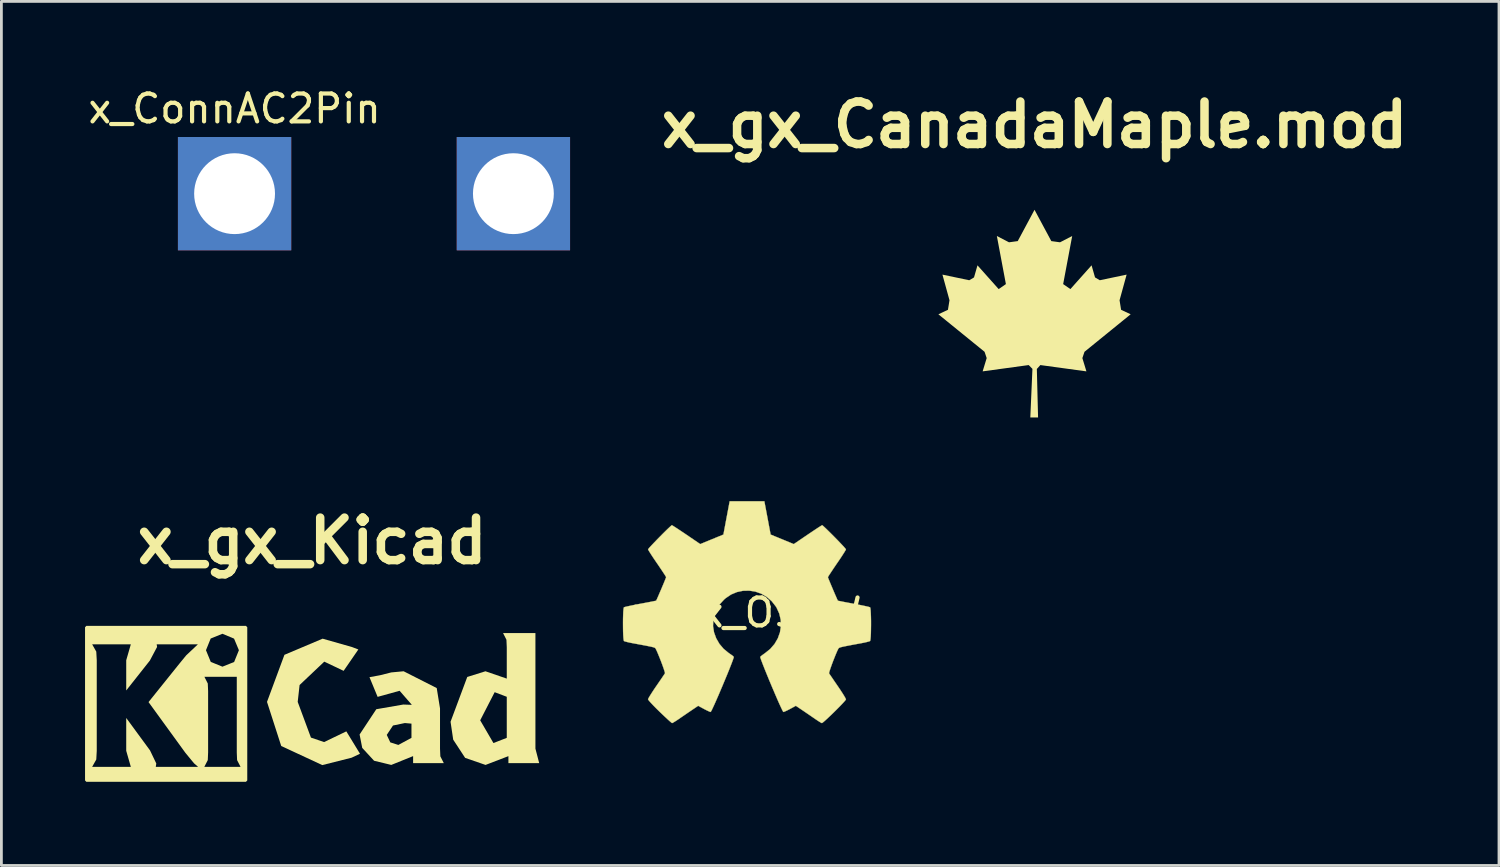
<source format=kicad_pcb>
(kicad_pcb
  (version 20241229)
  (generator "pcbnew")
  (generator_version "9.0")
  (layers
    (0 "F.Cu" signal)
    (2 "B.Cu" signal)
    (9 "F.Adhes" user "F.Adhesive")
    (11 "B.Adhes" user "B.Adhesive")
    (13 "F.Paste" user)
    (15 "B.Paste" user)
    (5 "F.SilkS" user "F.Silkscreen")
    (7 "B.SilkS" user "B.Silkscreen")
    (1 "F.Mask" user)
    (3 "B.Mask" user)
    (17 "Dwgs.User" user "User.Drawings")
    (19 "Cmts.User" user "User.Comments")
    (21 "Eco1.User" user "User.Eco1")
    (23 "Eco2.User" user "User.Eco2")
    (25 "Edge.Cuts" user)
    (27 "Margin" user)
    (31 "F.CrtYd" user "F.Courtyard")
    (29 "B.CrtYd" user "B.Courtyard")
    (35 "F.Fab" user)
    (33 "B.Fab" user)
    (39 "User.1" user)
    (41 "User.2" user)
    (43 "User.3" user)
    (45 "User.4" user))
  (footprint "x_gx_CanadaMaple.mod"
    (layer "F.Cu")
    (at 34.053 8.198)
    (property "Reference" "x_gx_CanadaMaple.mod" (at 0 -6.772 0) (layer "F.SilkS") (effects (font (size 1.524 1.524) (thickness 0.305))))
    (attr smd)
    (fp_poly (pts (xy -0.000134 -3.724) (xy -0.602 -2.601) (xy -0.915 -2.558) (xy -1.351 -2.784) (xy -1.027 -1.059) (xy -1.286 -0.88) (xy -2.046 -1.732) (xy -2.17 -1.299) (xy -2.341 -1.197) (xy -3.303 -1.399) (xy -3.05 -0.48) (xy -3.105 -0.137) (xy -3.448 0.024) (xy -1.792 1.369) (xy -1.716 1.595) (xy -1.861 2.071) (xy -0.209 1.845) (xy -0.075 1.981) (xy -0.151 3.724) (xy 0.127 3.724) (xy 0.083 1.985) (xy 0.209 1.845) (xy 1.861 2.071) (xy 1.716 1.595) (xy 1.792 1.369) (xy 3.448 0.024) (xy 3.105 -0.137) (xy 3.05 -0.48) (xy 3.303 -1.399) (xy 2.341 -1.197) (xy 2.17 -1.299) (xy 2.046 -1.732) (xy 1.286 -0.88) (xy 1.027 -1.059) (xy 1.351 -2.784) (xy 0.915 -2.558) (xy 0.602 -2.601) (xy -0.000134 -3.724)) (stroke (width 0) (type solid)) (fill yes) (layer "F.SilkS")))
  (footprint "x_gx_OSHW"
    (layer "F.Cu")
    (at 23.729 18.924)
    (property "Reference" "x_gx_OSHW" (at 0 0 0) (layer "F.SilkS") (effects (font (size 1 1) (thickness 0.15))))
    (attr exclude_from_pos_files exclude_from_bom)
    (fp_poly (pts (xy 0.747 -3.4) (xy 0.859 -2.802) (xy 1.275 -2.631) (xy 1.69 -2.46) (xy 2.188 -2.799) (xy 2.328 -2.893) (xy 2.454 -2.977) (xy 2.561 -3.048) (xy 2.643 -3.1) (xy 2.693 -3.131) (xy 2.707 -3.138) (xy 2.732 -3.121) (xy 2.785 -3.073) (xy 2.86 -3.002) (xy 2.952 -2.912) (xy 3.054 -2.811) (xy 3.161 -2.703) (xy 3.266 -2.596) (xy 3.363 -2.494) (xy 3.447 -2.405) (xy 3.512 -2.333) (xy 3.552 -2.286) (xy 3.561 -2.27) (xy 3.547 -2.241) (xy 3.509 -2.178) (xy 3.451 -2.086) (xy 3.376 -1.971) (xy 3.288 -1.841) (xy 3.237 -1.767) (xy 3.145 -1.632) (xy 3.063 -1.509) (xy 2.995 -1.406) (xy 2.945 -1.329) (xy 2.918 -1.283) (xy 2.914 -1.273) (xy 2.923 -1.245) (xy 2.948 -1.181) (xy 2.986 -1.09) (xy 3.032 -0.979) (xy 3.083 -0.859) (xy 3.134 -0.739) (xy 3.182 -0.627) (xy 3.224 -0.532) (xy 3.254 -0.464) (xy 3.271 -0.432) (xy 3.272 -0.431) (xy 3.297 -0.424) (xy 3.364 -0.411) (xy 3.466 -0.39) (xy 3.597 -0.365) (xy 3.748 -0.337) (xy 3.837 -0.32) (xy 3.998 -0.29) (xy 4.145 -0.26) (xy 4.268 -0.234) (xy 4.36 -0.213) (xy 4.415 -0.197) (xy 4.426 -0.193) (xy 4.437 -0.16) (xy 4.446 -0.086) (xy 4.452 0.02) (xy 4.457 0.15) (xy 4.46 0.296) (xy 4.46 0.448) (xy 4.458 0.598) (xy 4.455 0.737) (xy 4.449 0.857) (xy 4.441 0.949) (xy 4.431 1.005) (xy 4.425 1.016) (xy 4.39 1.03) (xy 4.316 1.05) (xy 4.212 1.074) (xy 4.089 1.098) (xy 4.046 1.106) (xy 3.838 1.144) (xy 3.674 1.175) (xy 3.548 1.2) (xy 3.455 1.219) (xy 3.389 1.235) (xy 3.346 1.248) (xy 3.318 1.26) (xy 3.302 1.272) (xy 3.3 1.274) (xy 3.278 1.311) (xy 3.243 1.384) (xy 3.2 1.484) (xy 3.153 1.601) (xy 3.103 1.727) (xy 3.056 1.852) (xy 3.014 1.969) (xy 2.981 2.067) (xy 2.96 2.138) (xy 2.954 2.173) (xy 2.954 2.174) (xy 2.973 2.203) (xy 3.016 2.266) (xy 3.078 2.357) (xy 3.154 2.469) (xy 3.241 2.596) (xy 3.266 2.632) (xy 3.355 2.763) (xy 3.433 2.883) (xy 3.496 2.984) (xy 3.539 3.06) (xy 3.56 3.103) (xy 3.561 3.109) (xy 3.544 3.137) (xy 3.496 3.193) (xy 3.424 3.271) (xy 3.334 3.365) (xy 3.232 3.468) (xy 3.124 3.575) (xy 3.016 3.68) (xy 2.914 3.776) (xy 2.825 3.858) (xy 2.755 3.919) (xy 2.709 3.954) (xy 2.696 3.959) (xy 2.667 3.946) (xy 2.607 3.91) (xy 2.526 3.857) (xy 2.463 3.815) (xy 2.35 3.737) (xy 2.216 3.645) (xy 2.081 3.553) (xy 2.009 3.504) (xy 1.764 3.339) (xy 1.559 3.45) (xy 1.465 3.499) (xy 1.385 3.536) (xy 1.331 3.558) (xy 1.318 3.561) (xy 1.301 3.539) (xy 1.269 3.476) (xy 1.223 3.379) (xy 1.165 3.253) (xy 1.099 3.103) (xy 1.027 2.936) (xy 0.951 2.758) (xy 0.873 2.574) (xy 0.796 2.39) (xy 0.723 2.211) (xy 0.655 2.044) (xy 0.596 1.895) (xy 0.547 1.768) (xy 0.511 1.671) (xy 0.491 1.608) (xy 0.488 1.586) (xy 0.513 1.558) (xy 0.57 1.514) (xy 0.644 1.461) (xy 0.651 1.457) (xy 0.844 1.302) (xy 1 1.122) (xy 1.117 0.921) (xy 1.194 0.706) (xy 1.229 0.483) (xy 1.222 0.257) (xy 1.17 0.034) (xy 1.073 -0.18) (xy 1.044 -0.226) (xy 0.896 -0.415) (xy 0.72 -0.567) (xy 0.524 -0.681) (xy 0.313 -0.756) (xy 0.093 -0.791) (xy -0.13 -0.786) (xy -0.349 -0.74) (xy -0.559 -0.652) (xy -0.753 -0.521) (xy -0.813 -0.468) (xy -0.966 -0.301) (xy -1.077 -0.126) (xy -1.153 0.07) (xy -1.196 0.265) (xy -1.206 0.483) (xy -1.171 0.703) (xy -1.094 0.916) (xy -0.979 1.116) (xy -0.829 1.294) (xy -0.647 1.444) (xy -0.623 1.46) (xy -0.548 1.512) (xy -0.49 1.557) (xy -0.463 1.585) (xy -0.462 1.586) (xy -0.468 1.617) (xy -0.492 1.687) (xy -0.53 1.791) (xy -0.581 1.922) (xy -0.642 2.076) (xy -0.711 2.245) (xy -0.786 2.425) (xy -0.863 2.61) (xy -0.941 2.793) (xy -1.016 2.97) (xy -1.088 3.134) (xy -1.152 3.279) (xy -1.208 3.4) (xy -1.251 3.491) (xy -1.281 3.546) (xy -1.293 3.561) (xy -1.329 3.55) (xy -1.397 3.519) (xy -1.485 3.476) (xy -1.534 3.45) (xy -1.739 3.339) (xy -1.984 3.504) (xy -2.109 3.589) (xy -2.246 3.683) (xy -2.374 3.77) (xy -2.438 3.815) (xy -2.528 3.875) (xy -2.605 3.923) (xy -2.658 3.953) (xy -2.675 3.959) (xy -2.7 3.942) (xy -2.755 3.895) (xy -2.835 3.823) (xy -2.934 3.731) (xy -3.048 3.623) (xy -3.12 3.554) (xy -3.245 3.431) (xy -3.354 3.32) (xy -3.441 3.227) (xy -3.503 3.157) (xy -3.534 3.114) (xy -3.537 3.105) (xy -3.523 3.072) (xy -3.485 3.005) (xy -3.426 2.911) (xy -3.352 2.796) (xy -3.266 2.668) (xy -3.241 2.632) (xy -3.152 2.502) (xy -3.072 2.386) (xy -3.006 2.288) (xy -2.958 2.217) (xy -2.932 2.178) (xy -2.93 2.174) (xy -2.933 2.143) (xy -2.953 2.076) (xy -2.985 1.98) (xy -3.026 1.865) (xy -3.073 1.74) (xy -3.123 1.614) (xy -3.171 1.495) (xy -3.214 1.394) (xy -3.25 1.318) (xy -3.273 1.276) (xy -3.275 1.274) (xy -3.29 1.262) (xy -3.314 1.25) (xy -3.355 1.237) (xy -3.416 1.222) (xy -3.503 1.204) (xy -3.622 1.18) (xy -3.779 1.151) (xy -3.978 1.114) (xy -4.021 1.106) (xy -4.149 1.082) (xy -4.26 1.058) (xy -4.345 1.036) (xy -4.394 1.02) (xy -4.401 1.016) (xy -4.411 0.983) (xy -4.42 0.909) (xy -4.427 0.802) (xy -4.432 0.672) (xy -4.434 0.526) (xy -4.435 0.374) (xy -4.434 0.224) (xy -4.43 0.085) (xy -4.425 -0.034) (xy -4.417 -0.126) (xy -4.407 -0.181) (xy -4.401 -0.193) (xy -4.369 -0.204) (xy -4.295 -0.222) (xy -4.186 -0.246) (xy -4.051 -0.274) (xy -3.896 -0.305) (xy -3.812 -0.32) (xy -3.652 -0.35) (xy -3.509 -0.377) (xy -3.391 -0.4) (xy -3.304 -0.418) (xy -3.255 -0.428) (xy -3.247 -0.431) (xy -3.233 -0.457) (xy -3.204 -0.52) (xy -3.164 -0.611) (xy -3.117 -0.721) (xy -3.065 -0.841) (xy -3.014 -0.962) (xy -2.967 -1.074) (xy -2.928 -1.17) (xy -2.901 -1.239) (xy -2.889 -1.273) (xy -2.889 -1.274) (xy -2.902 -1.301) (xy -2.94 -1.362) (xy -2.999 -1.452) (xy -3.074 -1.565) (xy -3.161 -1.694) (xy -3.212 -1.768) (xy -3.305 -1.904) (xy -3.387 -2.027) (xy -3.455 -2.132) (xy -3.505 -2.212) (xy -3.532 -2.26) (xy -3.536 -2.271) (xy -3.519 -2.296) (xy -3.473 -2.35) (xy -3.402 -2.426) (xy -3.314 -2.519) (xy -3.214 -2.623) (xy -3.108 -2.731) (xy -3.002 -2.838) (xy -2.902 -2.937) (xy -2.814 -3.022) (xy -2.743 -3.088) (xy -2.697 -3.128) (xy -2.682 -3.138) (xy -2.656 -3.124) (xy -2.596 -3.086) (xy -2.506 -3.028) (xy -2.393 -2.953) (xy -2.262 -2.866) (xy -2.163 -2.799) (xy -1.665 -2.46) (xy -1.25 -2.631) (xy -0.834 -2.802) (xy -0.722 -3.4) (xy -0.609 -3.997) (xy 0.634 -3.997) (xy 0.747 -3.4)) (stroke (width 0.01) (type solid)) (fill yes) (layer "F.SilkS")))
  (footprint "x_ConnAC2Pin"
    (layer "F.Cu")
    (at 5.363 3.896)
    (property "Reference" "x_ConnAC2Pin" (at 0 -3.048 0) (layer "F.SilkS") (effects (font (size 1 1) (thickness 0.15))))
    (attr through_hole)
    (pad "1" thru_hole trapezoid (at 0 0) (size 4.064 4.064) (drill 2.9) (layers "*.Cu" "B.Mask"))
    (pad "2" thru_hole trapezoid (at 10 0) (size 4.064 4.064) (drill 2.9) (layers "*.Cu" "B.Mask")))
  (footprint "x_gx_Kicad"
    (layer "F.Cu")
    (at 8.144 22.193)
    (property "Reference" "x_gx_Kicad" (at 0 -5.844 0) (layer "F.SilkS") (effects (font (size 1.524 1.524) (thickness 0.305))))
    (attr smd)
    (fp_poly (pts (xy 1.416 1.932) (xy 0.365 2.197) (xy -1.108 1.512) (xy -1.618 -0.07) (xy -0.993 -1.758) (xy 0.377 -2.337) (xy 1.434 -2.036) (xy 1.658 -1.95) (xy 1.13 -1.183) (xy 0.436 -1.513) (xy -0.449 -0.675) (xy -0.517 -0.07) (xy -0.042 1.211) (xy 0.43 1.371) (xy 1.227 0.987) (xy 1.717 1.79) (xy 1.416 1.932)) (stroke (width 0) (type solid)) (fill yes) (layer "F.SilkS"))
    (fp_poly (pts (xy 6.981 1.22) (xy 8.009 -2.538) (xy 8.009 1.607) (xy 8.144 2.126) (xy 7.04 2.126) (xy 7.04 1.876) (xy 6.22 2.191) (xy 5.488 1.938) (xy 5.06 1.285) (xy 4.965 0.642) (xy 5.564 -0.964) (xy 6.217 -1.168) (xy 6.981 -0.905) (xy 6.981 -2.024) (xy 6.969 -2.299) (xy 6.848 -2.538) (xy 6.848 -2.538) (xy 8.009 -2.538) (xy 6.981 1.22) (xy 6.981 -0.253) (xy 6.547 -0.418) (xy 6.028 0.591) (xy 6.503 1.406) (xy 6.981 1.22)) (stroke (width 0) (type solid)) (fill yes) (layer "F.SilkS"))
    (fp_poly (pts (xy 3.563 1.22) (xy 4.723 2.126) (xy 3.622 2.126) (xy 3.622 1.875) (xy 2.839 2.191) (xy 2.222 2.041) (xy 1.797 1.58) (xy 1.703 1.099) (xy 2.302 0.193) (xy 3.27 0.025) (xy 3.577 0.036) (xy 3.138 -0.468) (xy 2.349 -0.25) (xy 2.057 -0.956) (xy 2.438 -1.026) (xy 2.839 -1.127) (xy 3.282 -1.168) (xy 4.469 -0.566) (xy 4.587 0.163) (xy 4.587 1.607) (xy 4.599 1.884) (xy 4.723 2.126) (xy 4.723 2.126) (xy 3.563 1.22) (xy 3.563 0.71) (xy 3.326 0.689) (xy 2.901 0.777) (xy 2.677 1.114) (xy 2.804 1.382) (xy 3.093 1.474) (xy 3.563 1.22) (xy 3.563 1.22)) (stroke (width 0) (type solid)) (fill yes) (layer "F.SilkS"))
    (fp_poly (pts (xy -8.098 -2.796) (xy -3.216 -2.513) (xy -2.8 -2.339) (xy -2.626 -1.923) (xy -2.797 -1.501) (xy -3.216 -1.333) (xy -3.635 -1.504) (xy -3.807 -1.923) (xy -3.638 -2.342) (xy -3.216 -2.513) (xy -8.098 -2.796) (xy -7.889 -2.135) (xy -6.502 -2.135) (xy -6.667 -1.563) (xy -6.667 -0.48) (xy -5.82 -1.551) (xy -5.56 -2.041) (xy -5.575 -2.135) (xy -4.096 -2.135) (xy -4.518 -1.737) (xy -4.757 -1.445) (xy -5.867 -0.063) (xy -4.542 1.761) (xy -4.235 2.133) (xy -4.09 2.26) (xy -5.607 2.26) (xy -5.589 2.139) (xy -5.814 1.669) (xy -6.667 0.506) (xy -6.667 1.684) (xy -6.502 2.26) (xy -7.889 2.26) (xy -7.741 1.997) (xy -7.724 1.687) (xy -7.724 -1.563) (xy -7.741 -1.873) (xy -7.889 -2.135) (xy -7.889 -2.135) (xy -8.098 -2.796) (xy -8.144 -2.748) (xy -8.144 2.748) (xy -2.567 2.26) (xy -3.866 2.26) (xy -3.742 2.018) (xy -3.73 1.74) (xy -3.73 -0.456) (xy -3.742 -0.73) (xy -3.863 -0.97) (xy -3.863 -0.97) (xy -2.702 -0.97) (xy -2.702 1.74) (xy -2.691 2.018) (xy -2.567 2.26) (xy -8.144 2.748) (xy -8.098 2.796) (xy -2.373 2.796) (xy -2.326 2.748) (xy -2.326 -2.748) (xy -2.373 -2.796) (xy -8.098 -2.796)) (stroke (width 0) (type solid)) (fill yes) (layer "F.SilkS")))
  (gr_rect
    (start -3 -3)
    (end 50.711 27.989)
    (stroke (width 0.1) (type default))
    (fill no)
    (layer "Edge.Cuts")))
</source>
